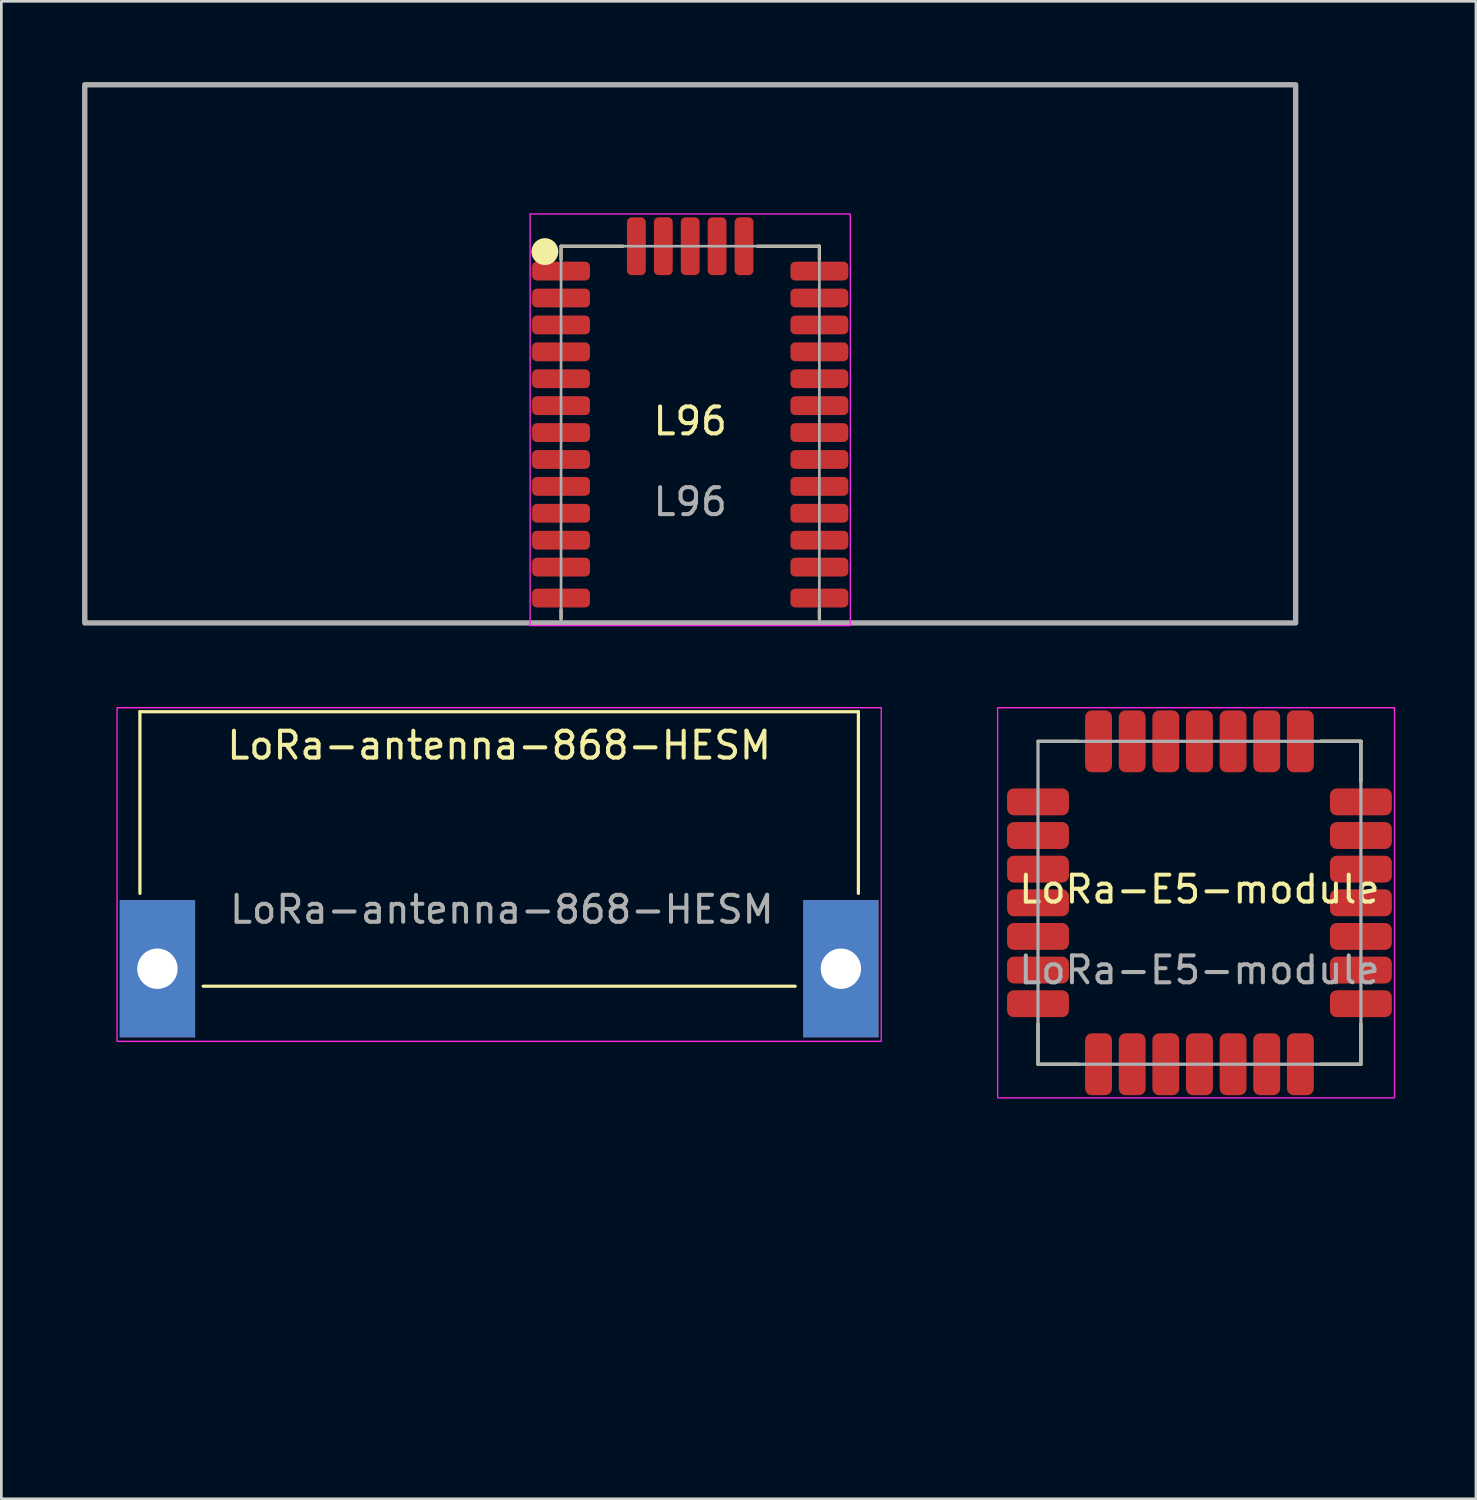
<source format=kicad_pcb>
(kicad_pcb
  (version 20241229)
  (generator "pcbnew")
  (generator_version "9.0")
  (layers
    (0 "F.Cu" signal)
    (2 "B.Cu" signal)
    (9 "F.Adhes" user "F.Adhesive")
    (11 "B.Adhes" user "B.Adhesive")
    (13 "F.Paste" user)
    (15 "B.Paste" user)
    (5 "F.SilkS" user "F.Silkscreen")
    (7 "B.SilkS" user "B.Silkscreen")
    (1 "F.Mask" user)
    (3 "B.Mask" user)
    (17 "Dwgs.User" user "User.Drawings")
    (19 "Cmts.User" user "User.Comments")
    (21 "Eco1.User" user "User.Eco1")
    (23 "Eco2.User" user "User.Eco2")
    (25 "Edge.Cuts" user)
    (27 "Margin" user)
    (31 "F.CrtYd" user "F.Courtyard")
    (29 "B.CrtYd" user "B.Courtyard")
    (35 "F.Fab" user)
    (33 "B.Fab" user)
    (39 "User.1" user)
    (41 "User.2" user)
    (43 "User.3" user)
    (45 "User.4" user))
  (footprint "LoRa-antenna-868-HESM"
    (layer "F.Cu")
    (at 15.5 32.95)
    (property "Reference" "LoRa-antenna-868-HESM" (at 0 -8.3 0) (unlocked yes) (layer "F.SilkS") (effects (font (size 1 1) (thickness 0.15))))
    (fp_line (start -13.35 -9.55) (end -13.35 -2.8) (stroke (width 0.12) (type solid)) (layer "F.SilkS"))
    (fp_line (start -13.35 -9.55) (end 13.35 -9.55) (stroke (width 0.12) (type solid)) (layer "F.SilkS"))
    (fp_line (start 11 0.65) (end -11 0.65) (stroke (width 0.12) (type solid)) (layer "F.SilkS"))
    (fp_line (start 13.35 -9.55) (end 13.35 -2.8) (stroke (width 0.12) (type solid)) (layer "F.SilkS"))
    (fp_rect (start -14.2 -9.7) (end 14.2 2.7) (stroke (width 0.05) (type solid)) (fill no) (layer "F.CrtYd"))
    (fp_text user "${REFERENCE}" (at 0.1 -2.2 0) (unlocked yes) (layer "F.Fab") (effects (font (size 1 1) (thickness 0.15))))
    (pad "" thru_hole rect (at 12.7 0) (size 2.8 5.1) (drill 1.5) (layers "*.Cu" "*.Mask"))
    (pad "1" thru_hole rect (at -12.7 0) (size 2.8 5.1) (drill 1.5) (layers "*.Cu" "*.Mask"))
    (zone (net_name "") (layers "F.Cu" "B.Cu" "F.CrtYd") (hatch edge 0.508) (connect_pads) (min_thickness 0.254) (filled_areas_thickness no) (keepout (tracks allowed) (vias not_allowed) (pads not_allowed) (copperpour not_allowed) (footprints not_allowed)) (placement (enabled no)) (fill) (polygon (pts (xy 31 49.65) (xy 0 49.65) (xy 0 23.25) (xy 31 23.25)))))
  (footprint "L96"
    (layer "F.Cu")
    (at 22.6 13.1)
    (property "Reference" "L96" (at 0 -0.5 0) (unlocked yes) (layer "F.SilkS") (effects (font (size 1 1) (thickness 0.15))))
    (attr smd)
    (fp_line (start -4.8 -7) (end -2.5 -7) (stroke (width 0.12) (type solid)) (layer "F.SilkS"))
    (fp_line (start -4.8 -6.5) (end -4.8 -7) (stroke (width 0.12) (type solid)) (layer "F.SilkS"))
    (fp_line (start -4.8 6.84) (end -4.8 6.5) (stroke (width 0.12) (type solid)) (layer "F.SilkS"))
    (fp_line (start 4.8 -7) (end 2.5 -7) (stroke (width 0.12) (type solid)) (layer "F.SilkS"))
    (fp_line (start 4.8 -6.5) (end 4.8 -7) (stroke (width 0.12) (type solid)) (layer "F.SilkS"))
    (fp_line (start 4.8 6.84) (end 4.8 6.5) (stroke (width 0.12) (type solid)) (layer "F.SilkS"))
    (fp_circle (center -5.4 -6.8) (end -5.4 -6.8) (stroke (width 0.5) (type solid)) (fill no) (layer "F.SilkS"))
    (fp_rect (start -5.95 -8.2) (end 5.95 7.1) (stroke (width 0.05) (type solid)) (fill no) (layer "F.CrtYd"))
    (fp_rect (start -4.8 -7) (end 4.8 7) (stroke (width 0.1) (type solid)) (fill no) (layer "F.Fab"))
    (fp_poly (pts (xy -22.5 -13) (xy 22.5 -13) (xy 22.5 7) (xy -22.5 7)) (stroke (width 0.2) (type solid)) (fill no) (layer "F.Fab"))
    (fp_text user "${REFERENCE}" (at 0 2.5 0) (unlocked yes) (layer "F.Fab") (effects (font (size 1 1) (thickness 0.15))))
    (pad "1" smd roundrect (at -4.8 -6.075) (size 2.15 0.7) (layers "F.Cu" "F.Mask" "F.Paste") (roundrect_rratio 0.25))
    (pad "2" smd roundrect (at -4.8 -5.075) (size 2.15 0.7) (layers "F.Cu" "F.Mask" "F.Paste") (roundrect_rratio 0.25))
    (pad "3" smd roundrect (at -4.8 -4.075) (size 2.15 0.7) (layers "F.Cu" "F.Mask" "F.Paste") (roundrect_rratio 0.25))
    (pad "4" smd roundrect (at -4.8 -3.075) (size 2.15 0.7) (layers "F.Cu" "F.Mask" "F.Paste") (roundrect_rratio 0.25))
    (pad "5" smd roundrect (at -4.8 -2.075) (size 2.15 0.7) (layers "F.Cu" "F.Mask" "F.Paste") (roundrect_rratio 0.25))
    (pad "6" smd roundrect (at -4.8 -1.075) (size 2.15 0.7) (layers "F.Cu" "F.Mask" "F.Paste") (roundrect_rratio 0.25))
    (pad "7" smd roundrect (at -4.8 -0.075) (size 2.15 0.7) (layers "F.Cu" "F.Mask" "F.Paste") (roundrect_rratio 0.25))
    (pad "8" smd roundrect (at -4.8 0.925) (size 2.15 0.7) (layers "F.Cu" "F.Mask" "F.Paste") (roundrect_rratio 0.25))
    (pad "9" smd roundrect (at -4.8 1.925) (size 2.15 0.7) (layers "F.Cu" "F.Mask" "F.Paste") (roundrect_rratio 0.25))
    (pad "10" smd roundrect (at -4.8 2.925) (size 2.15 0.7) (layers "F.Cu" "F.Mask" "F.Paste") (roundrect_rratio 0.25))
    (pad "11" smd roundrect (at -4.8 3.925) (size 2.15 0.7) (layers "F.Cu" "F.Mask" "F.Paste") (roundrect_rratio 0.25))
    (pad "12" smd roundrect (at -4.8 4.925) (size 2.15 0.7) (layers "F.Cu" "F.Mask" "F.Paste") (roundrect_rratio 0.25))
    (pad "13" smd roundrect (at -4.8 6.075) (size 2.15 0.7) (layers "F.Cu" "F.Mask" "F.Paste") (roundrect_rratio 0.25))
    (pad "14" smd roundrect (at 4.8 6.075) (size 2.15 0.7) (layers "F.Cu" "F.Mask" "F.Paste") (roundrect_rratio 0.25))
    (pad "15" smd roundrect (at 4.8 4.925) (size 2.15 0.7) (layers "F.Cu" "F.Mask" "F.Paste") (roundrect_rratio 0.25))
    (pad "16" smd roundrect (at 4.8 3.925) (size 2.15 0.7) (layers "F.Cu" "F.Mask" "F.Paste") (roundrect_rratio 0.25))
    (pad "17" smd roundrect (at 4.8 2.925) (size 2.15 0.7) (layers "F.Cu" "F.Mask" "F.Paste") (roundrect_rratio 0.25))
    (pad "18" smd roundrect (at 4.8 1.925) (size 2.15 0.7) (layers "F.Cu" "F.Mask" "F.Paste") (roundrect_rratio 0.25))
    (pad "19" smd roundrect (at 4.8 0.925) (size 2.15 0.7) (layers "F.Cu" "F.Mask" "F.Paste") (roundrect_rratio 0.25))
    (pad "20" smd roundrect (at 4.8 -0.075) (size 2.15 0.7) (layers "F.Cu" "F.Mask" "F.Paste") (roundrect_rratio 0.25))
    (pad "21" smd roundrect (at 4.8 -1.075) (size 2.15 0.7) (layers "F.Cu" "F.Mask" "F.Paste") (roundrect_rratio 0.25))
    (pad "22" smd roundrect (at 4.8 -2.075) (size 2.15 0.7) (layers "F.Cu" "F.Mask" "F.Paste") (roundrect_rratio 0.25))
    (pad "23" smd roundrect (at 4.8 -3.075) (size 2.15 0.7) (layers "F.Cu" "F.Mask" "F.Paste") (roundrect_rratio 0.25))
    (pad "24" smd roundrect (at 4.8 -4.075) (size 2.15 0.7) (layers "F.Cu" "F.Mask" "F.Paste") (roundrect_rratio 0.25))
    (pad "25" smd roundrect (at 4.8 -5.075) (size 2.15 0.7) (layers "F.Cu" "F.Mask" "F.Paste") (roundrect_rratio 0.25))
    (pad "26" smd roundrect (at 4.8 -6.075) (size 2.15 0.7) (layers "F.Cu" "F.Mask" "F.Paste") (roundrect_rratio 0.25))
    (pad "27" smd roundrect (at 2 -7) (size 0.7 2.15) (layers "F.Cu" "F.Mask" "F.Paste") (roundrect_rratio 0.25))
    (pad "28" smd roundrect (at 1 -7) (size 0.7 2.15) (layers "F.Cu" "F.Mask" "F.Paste") (roundrect_rratio 0.25))
    (pad "29" smd roundrect (at 0 -7) (size 0.7 2.15) (layers "F.Cu" "F.Mask" "F.Paste") (roundrect_rratio 0.25))
    (pad "30" smd roundrect (at -1 -7) (size 0.7 2.15) (layers "F.Cu" "F.Mask" "F.Paste") (roundrect_rratio 0.25))
    (pad "31" smd roundrect (at -2 -7) (size 0.7 2.15) (layers "F.Cu" "F.Mask" "F.Paste") (roundrect_rratio 0.25))
    (zone (net_name "") (layers "F.Cu" "B.Cu" "F.SilkS") (hatch edge 0.508) (connect_pads) (min_thickness 0.254) (filled_areas_thickness no) (keepout (tracks not_allowed) (vias not_allowed) (pads not_allowed) (copperpour not_allowed) (footprints not_allowed)) (placement (enabled no)) (fill) (polygon (pts (xy 18.95 15.3) (xy 26.25 15.3) (xy 26.25 20.1) (xy 18.95 20.1)))))
  (footprint "LoRa-E5-module"
    (layer "F.Cu")
    (at 41.525 30.5)
    (property "Reference" "LoRa-E5-module" (at 0 -0.5 0) (unlocked yes) (layer "F.SilkS") (effects (font (size 1 1) (thickness 0.15))))
    (attr smd)
    (fp_line (start -6 -6) (end -4.5 -6) (stroke (width 0.12) (type solid)) (layer "F.SilkS"))
    (fp_line (start -6 4.5) (end -6 6) (stroke (width 0.12) (type solid)) (layer "F.SilkS"))
    (fp_line (start -6 6) (end -4.5 6) (stroke (width 0.12) (type solid)) (layer "F.SilkS"))
    (fp_line (start 4.5 -6) (end 6 -6) (stroke (width 0.12) (type solid)) (layer "F.SilkS"))
    (fp_line (start 4.5 6) (end 6 6) (stroke (width 0.12) (type solid)) (layer "F.SilkS"))
    (fp_line (start 6 -6) (end 4.5 -6) (stroke (width 0.12) (type solid)) (layer "F.SilkS"))
    (fp_line (start 6 -6) (end 6 -4.5) (stroke (width 0.12) (type solid)) (layer "F.SilkS"))
    (fp_line (start 6 4.5) (end 6 6) (stroke (width 0.12) (type solid)) (layer "F.SilkS"))
    (fp_rect (start -7.5 -7.25) (end 7.25 7.25) (stroke (width 0.05) (type solid)) (fill no) (layer "F.CrtYd"))
    (fp_rect (start -6 -6) (end 6 6) (stroke (width 0.12) (type solid)) (fill no) (layer "F.Fab"))
    (fp_text user "${REFERENCE}" (at 0 2.5 0) (unlocked yes) (layer "F.Fab") (effects (font (size 1 1) (thickness 0.15))))
    (pad "1" smd roundrect (at -6 -3.75) (size 2.3 1) (layers "F.Cu" "F.Mask" "F.Paste") (roundrect_rratio 0.25))
    (pad "2" smd roundrect (at -6 -2.5) (size 2.3 1) (layers "F.Cu" "F.Mask" "F.Paste") (roundrect_rratio 0.25))
    (pad "3" smd roundrect (at -6 -1.25) (size 2.3 1) (layers "F.Cu" "F.Mask" "F.Paste") (roundrect_rratio 0.25))
    (pad "4" smd roundrect (at -6 0) (size 2.3 1) (layers "F.Cu" "F.Mask" "F.Paste") (roundrect_rratio 0.25))
    (pad "5" smd roundrect (at -6 1.25) (size 2.3 1) (layers "F.Cu" "F.Mask" "F.Paste") (roundrect_rratio 0.25))
    (pad "6" smd roundrect (at -6 2.5) (size 2.3 1) (layers "F.Cu" "F.Mask" "F.Paste") (roundrect_rratio 0.25))
    (pad "7" smd roundrect (at -6 3.75) (size 2.3 1) (layers "F.Cu" "F.Mask" "F.Paste") (roundrect_rratio 0.25))
    (pad "8" smd roundrect (at -3.75 6) (size 1 2.3) (layers "F.Cu" "F.Mask" "F.Paste") (roundrect_rratio 0.25))
    (pad "9" smd roundrect (at -2.5 6) (size 1 2.3) (layers "F.Cu" "F.Mask" "F.Paste") (roundrect_rratio 0.25))
    (pad "10" smd roundrect (at -1.25 6) (size 1 2.3) (layers "F.Cu" "F.Mask" "F.Paste") (roundrect_rratio 0.25))
    (pad "11" smd roundrect (at 0 6) (size 1 2.3) (layers "F.Cu" "F.Mask" "F.Paste") (roundrect_rratio 0.25))
    (pad "12" smd roundrect (at 1.25 6) (size 1 2.3) (layers "F.Cu" "F.Mask" "F.Paste") (roundrect_rratio 0.25))
    (pad "13" smd roundrect (at 2.5 6) (size 1 2.3) (layers "F.Cu" "F.Mask" "F.Paste") (roundrect_rratio 0.25))
    (pad "14" smd roundrect (at 3.75 6) (size 1 2.3) (layers "F.Cu" "F.Mask" "F.Paste") (roundrect_rratio 0.25))
    (pad "15" smd roundrect (at 6 3.75) (size 2.3 1) (layers "F.Cu" "F.Mask" "F.Paste") (roundrect_rratio 0.25))
    (pad "16" smd roundrect (at 6 2.5) (size 2.3 1) (layers "F.Cu" "F.Mask" "F.Paste") (roundrect_rratio 0.25))
    (pad "17" smd roundrect (at 6 1.25) (size 2.3 1) (layers "F.Cu" "F.Mask" "F.Paste") (roundrect_rratio 0.25))
    (pad "18" smd roundrect (at 6 0) (size 2.3 1) (layers "F.Cu" "F.Mask" "F.Paste") (roundrect_rratio 0.25))
    (pad "19" smd roundrect (at 6 -1.25) (size 2.3 1) (layers "F.Cu" "F.Mask" "F.Paste") (roundrect_rratio 0.25))
    (pad "20" smd roundrect (at 6 -2.5) (size 2.3 1) (layers "F.Cu" "F.Mask" "F.Paste") (roundrect_rratio 0.25))
    (pad "21" smd roundrect (at 6 -3.75) (size 2.3 1) (layers "F.Cu" "F.Mask" "F.Paste") (roundrect_rratio 0.25))
    (pad "22" smd roundrect (at 3.75 -6) (size 1 2.3) (layers "F.Cu" "F.Mask" "F.Paste") (roundrect_rratio 0.25))
    (pad "23" smd roundrect (at 2.5 -6) (size 1 2.3) (layers "F.Cu" "F.Mask" "F.Paste") (roundrect_rratio 0.25))
    (pad "24" smd roundrect (at 1.25 -6) (size 1 2.3) (layers "F.Cu" "F.Mask" "F.Paste") (roundrect_rratio 0.25))
    (pad "25" smd roundrect (at 0 -6) (size 1 2.3) (layers "F.Cu" "F.Mask" "F.Paste") (roundrect_rratio 0.25))
    (pad "26" smd roundrect (at -1.25 -6) (size 1 2.3) (layers "F.Cu" "F.Mask" "F.Paste") (roundrect_rratio 0.25))
    (pad "27" smd roundrect (at -2.5 -6) (size 1 2.3) (layers "F.Cu" "F.Mask" "F.Paste") (roundrect_rratio 0.25))
    (pad "28" smd roundrect (at -3.75 -6) (size 1 2.3) (layers "F.Cu" "F.Mask" "F.Paste") (roundrect_rratio 0.25)))
  (gr_rect
    (start -3 -3)
    (end 51.8 52.65)
    (stroke (width 0.1) (type default))
    (fill no)
    (layer "Edge.Cuts")))
</source>
